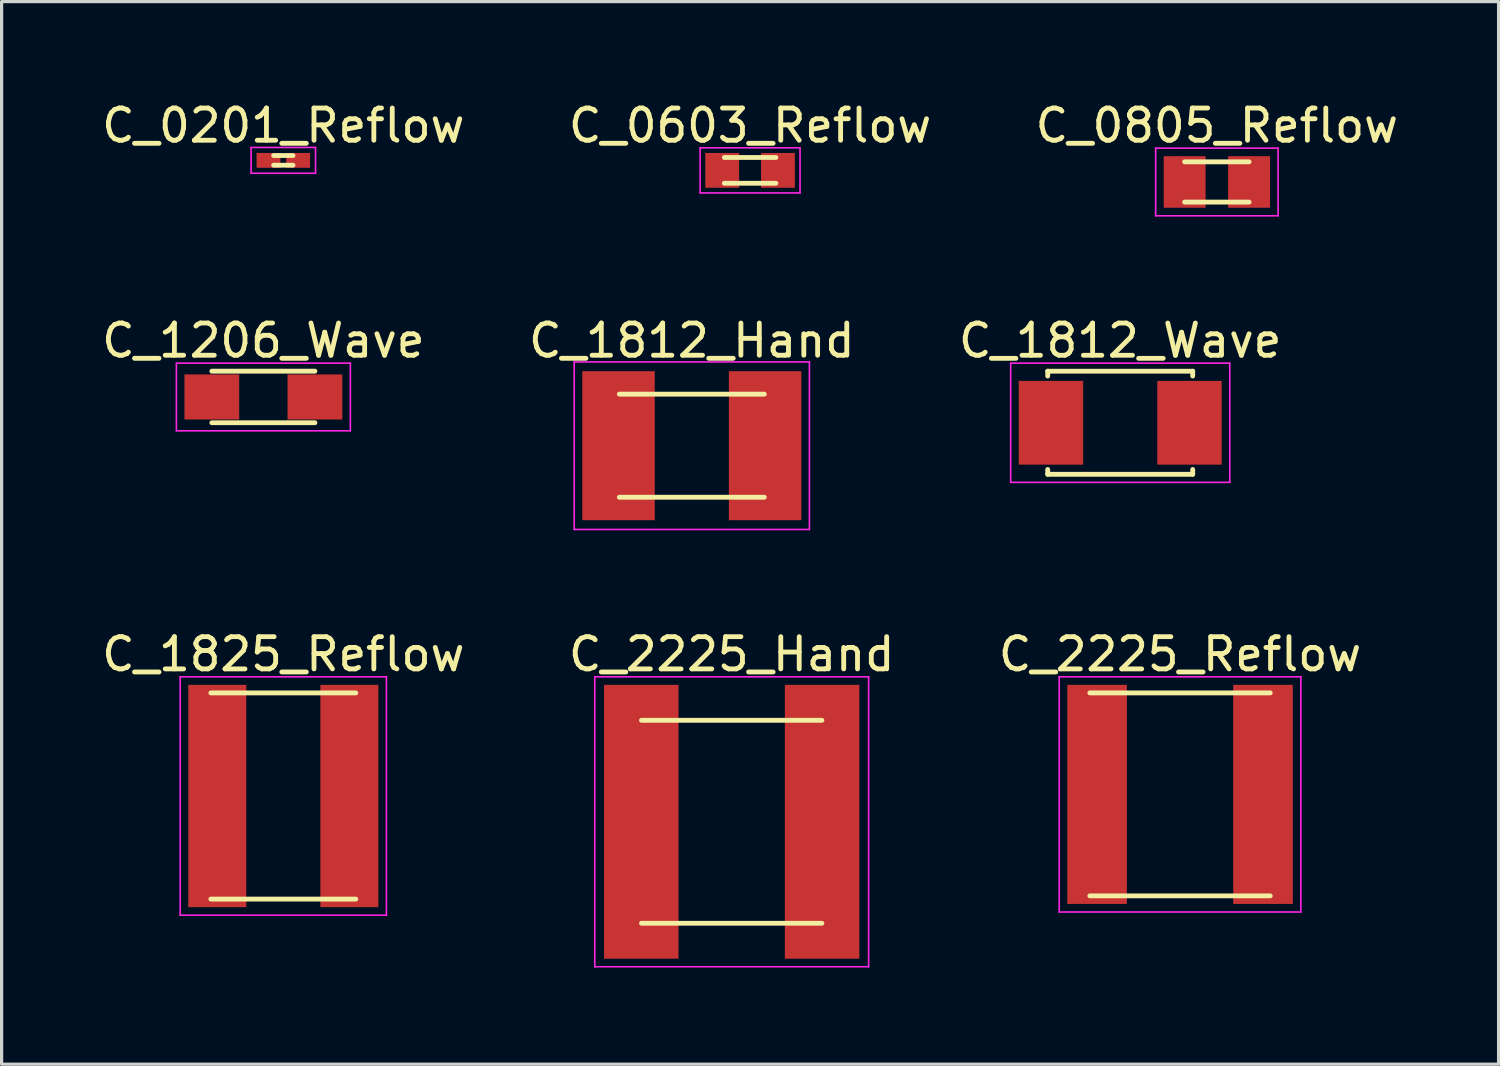
<source format=kicad_pcb>
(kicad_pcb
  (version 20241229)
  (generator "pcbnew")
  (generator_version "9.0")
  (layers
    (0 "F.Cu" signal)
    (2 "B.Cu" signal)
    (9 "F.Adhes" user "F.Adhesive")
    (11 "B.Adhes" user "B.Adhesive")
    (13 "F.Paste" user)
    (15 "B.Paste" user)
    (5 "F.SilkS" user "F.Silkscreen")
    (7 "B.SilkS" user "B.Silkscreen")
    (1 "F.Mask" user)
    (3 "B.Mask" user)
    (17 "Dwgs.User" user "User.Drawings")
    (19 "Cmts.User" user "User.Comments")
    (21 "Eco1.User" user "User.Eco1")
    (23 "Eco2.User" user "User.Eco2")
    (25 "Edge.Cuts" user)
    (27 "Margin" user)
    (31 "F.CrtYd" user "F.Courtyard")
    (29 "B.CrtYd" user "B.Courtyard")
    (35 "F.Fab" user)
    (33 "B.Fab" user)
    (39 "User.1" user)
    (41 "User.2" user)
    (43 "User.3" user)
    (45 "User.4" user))
  (footprint "C_2225_Reflow"
    (layer "F.Cu")
    (at 33.577 21.607)
    (property "Reference" "C_2225_Reflow" (at 0 -4.35 0) (layer "F.SilkS") (effects (font (size 1 1) (thickness 0.15))))
    (attr smd)
    (fp_line (start -2.8 -3.15) (end 2.8 -3.15) (stroke (width 0.15) (type solid)) (layer "F.SilkS"))
    (fp_line (start -2.8 3.15) (end 2.8 3.15) (stroke (width 0.15) (type solid)) (layer "F.SilkS"))
    (fp_line (start -3.75 -3.65) (end -3.75 3.65) (stroke (width 0.05) (type solid)) (layer "F.CrtYd"))
    (fp_line (start -3.75 -3.65) (end 3.75 -3.65) (stroke (width 0.05) (type solid)) (layer "F.CrtYd"))
    (fp_line (start -3.75 3.65) (end 3.75 3.65) (stroke (width 0.05) (type solid)) (layer "F.CrtYd"))
    (fp_line (start 3.75 -3.65) (end 3.75 3.65) (stroke (width 0.05) (type solid)) (layer "F.CrtYd"))
    (pad "1" smd rect (at -2.575 0) (size 1.85 6.8) (layers "F.Cu" "F.Mask" "F.Paste"))
    (pad "2" smd rect (at 2.575 0) (size 1.85 6.8) (layers "F.Cu" "F.Mask" "F.Paste")))
  (footprint "C_0201_Reflow"
    (layer "F.Cu")
    (at 5.744 1.928)
    (property "Reference" "C_0201_Reflow" (at 0 -1.08 0) (layer "F.SilkS") (effects (font (size 1 1) (thickness 0.15))))
    (attr smd)
    (fp_line (start -0.3 -0.15) (end 0.3 -0.15) (stroke (width 0.15) (type solid)) (layer "F.SilkS"))
    (fp_line (start -0.3 0.15) (end 0.3 0.15) (stroke (width 0.15) (type solid)) (layer "F.SilkS"))
    (fp_line (start -1 -0.4) (end -1 0.4) (stroke (width 0.05) (type solid)) (layer "F.CrtYd"))
    (fp_line (start -1 -0.4) (end 1 -0.4) (stroke (width 0.05) (type solid)) (layer "F.CrtYd"))
    (fp_line (start -1 0.4) (end 1 0.4) (stroke (width 0.05) (type solid)) (layer "F.CrtYd"))
    (fp_line (start 1 -0.4) (end 1 0.4) (stroke (width 0.05) (type solid)) (layer "F.CrtYd"))
    (pad "1" smd rect (at -0.46 0) (size 0.74 0.46) (layers "F.Cu" "F.Mask" "F.Paste"))
    (pad "2" smd rect (at 0.46 0) (size 0.74 0.46) (layers "F.Cu" "F.Mask" "F.Paste")))
  (footprint "C_0603_Reflow"
    (layer "F.Cu")
    (at 20.232 2.238)
    (property "Reference" "C_0603_Reflow" (at 0 -1.39 0) (layer "F.SilkS") (effects (font (size 1 1) (thickness 0.15))))
    (attr smd)
    (fp_line (start -0.8 -0.4) (end 0.8 -0.4) (stroke (width 0.15) (type solid)) (layer "F.SilkS"))
    (fp_line (start -0.8 0.4) (end 0.8 0.4) (stroke (width 0.15) (type solid)) (layer "F.SilkS"))
    (fp_line (start -1.55 -0.7) (end -1.55 0.7) (stroke (width 0.05) (type solid)) (layer "F.CrtYd"))
    (fp_line (start -1.55 -0.7) (end 1.55 -0.7) (stroke (width 0.05) (type solid)) (layer "F.CrtYd"))
    (fp_line (start -1.55 0.7) (end 1.55 0.7) (stroke (width 0.05) (type solid)) (layer "F.CrtYd"))
    (fp_line (start 1.55 -0.7) (end 1.55 0.7) (stroke (width 0.05) (type solid)) (layer "F.CrtYd"))
    (pad "1" smd rect (at -0.865 0) (size 1.05 1.08) (layers "F.Cu" "F.Mask" "F.Paste"))
    (pad "2" smd rect (at 0.865 0) (size 1.05 1.08) (layers "F.Cu" "F.Mask" "F.Paste")))
  (footprint "C_1206_Wave"
    (layer "F.Cu")
    (at 5.125 9.271)
    (property "Reference" "C_1206_Wave" (at 0 -1.75 0) (layer "F.SilkS") (effects (font (size 1 1) (thickness 0.15))))
    (attr smd)
    (fp_line (start -1.6 -0.8) (end 1.6 -0.8) (stroke (width 0.15) (type solid)) (layer "F.SilkS"))
    (fp_line (start -1.6 0.8) (end 1.6 0.8) (stroke (width 0.15) (type solid)) (layer "F.SilkS"))
    (fp_line (start -2.7 -1.05) (end -2.7 1.05) (stroke (width 0.05) (type solid)) (layer "F.CrtYd"))
    (fp_line (start -2.7 -1.05) (end 2.7 -1.05) (stroke (width 0.05) (type solid)) (layer "F.CrtYd"))
    (fp_line (start -2.7 1.05) (end 2.7 1.05) (stroke (width 0.05) (type solid)) (layer "F.CrtYd"))
    (fp_line (start 2.7 -1.05) (end 2.7 1.05) (stroke (width 0.05) (type solid)) (layer "F.CrtYd"))
    (pad "1" smd rect (at -1.6 0) (size 1.7 1.4) (layers "F.Cu" "F.Mask" "F.Paste"))
    (pad "2" smd rect (at 1.6 0) (size 1.7 1.4) (layers "F.Cu" "F.Mask" "F.Paste")))
  (footprint "C_0805_Reflow"
    (layer "F.Cu")
    (at 34.72 2.598)
    (property "Reference" "C_0805_Reflow" (at 0 -1.75 0) (layer "F.SilkS") (effects (font (size 1 1) (thickness 0.15))))
    (attr smd)
    (fp_line (start -1 -0.625) (end 1 -0.625) (stroke (width 0.15) (type solid)) (layer "F.SilkS"))
    (fp_line (start -1 0.625) (end 1 0.625) (stroke (width 0.15) (type solid)) (layer "F.SilkS"))
    (fp_line (start -1.9 -1.05) (end -1.9 1.05) (stroke (width 0.05) (type solid)) (layer "F.CrtYd"))
    (fp_line (start -1.9 -1.05) (end 1.9 -1.05) (stroke (width 0.05) (type solid)) (layer "F.CrtYd"))
    (fp_line (start -1.9 1.05) (end 1.9 1.05) (stroke (width 0.05) (type solid)) (layer "F.CrtYd"))
    (fp_line (start 1.9 -1.05) (end 1.9 1.05) (stroke (width 0.05) (type solid)) (layer "F.CrtYd"))
    (pad "1" smd rect (at -1 0) (size 1.3 1.6) (layers "F.Cu" "F.Mask" "F.Paste"))
    (pad "2" smd rect (at 1 0) (size 1.3 1.6) (layers "F.Cu" "F.Mask" "F.Paste")))
  (footprint "C_1825_Reflow"
    (layer "F.Cu")
    (at 5.744 21.657)
    (property "Reference" "C_1825_Reflow" (at 0 -4.4 0) (layer "F.SilkS") (effects (font (size 1 1) (thickness 0.15))))
    (attr smd)
    (fp_line (start -2.25 -3.2) (end 2.25 -3.2) (stroke (width 0.15) (type solid)) (layer "F.SilkS"))
    (fp_line (start -2.25 3.2) (end 2.25 3.2) (stroke (width 0.15) (type solid)) (layer "F.SilkS"))
    (fp_line (start -3.2 -3.7) (end -3.2 3.7) (stroke (width 0.05) (type solid)) (layer "F.CrtYd"))
    (fp_line (start -3.2 -3.7) (end 3.2 -3.7) (stroke (width 0.05) (type solid)) (layer "F.CrtYd"))
    (fp_line (start -3.2 3.7) (end 3.2 3.7) (stroke (width 0.05) (type solid)) (layer "F.CrtYd"))
    (fp_line (start 3.2 -3.7) (end 3.2 3.7) (stroke (width 0.05) (type solid)) (layer "F.CrtYd"))
    (pad "1" smd rect (at -2.05 0) (size 1.8 6.9) (layers "F.Cu" "F.Mask" "F.Paste"))
    (pad "2" smd rect (at 2.05 0) (size 1.8 6.9) (layers "F.Cu" "F.Mask" "F.Paste")))
  (footprint "C_2225_Hand"
    (layer "F.Cu")
    (at 19.661 22.457)
    (property "Reference" "C_2225_Hand" (at 0 -5.2 0) (layer "F.SilkS") (effects (font (size 1 1) (thickness 0.15))))
    (attr smd)
    (fp_line (start -2.8 -3.15) (end 2.8 -3.15) (stroke (width 0.15) (type solid)) (layer "F.SilkS"))
    (fp_line (start -2.8 3.15) (end 2.8 3.15) (stroke (width 0.15) (type solid)) (layer "F.SilkS"))
    (fp_line (start -4.25 -4.5) (end -4.25 4.5) (stroke (width 0.05) (type solid)) (layer "F.CrtYd"))
    (fp_line (start -4.25 -4.5) (end 4.25 -4.5) (stroke (width 0.05) (type solid)) (layer "F.CrtYd"))
    (fp_line (start -4.25 4.5) (end 4.25 4.5) (stroke (width 0.05) (type solid)) (layer "F.CrtYd"))
    (fp_line (start 4.25 -4.5) (end 4.25 4.5) (stroke (width 0.05) (type solid)) (layer "F.CrtYd"))
    (pad "1" smd rect (at -2.806 0) (size 2.312 8.5) (layers "F.Cu" "F.Mask" "F.Paste"))
    (pad "2" smd rect (at 2.806 0) (size 2.312 8.5) (layers "F.Cu" "F.Mask" "F.Paste")))
  (footprint "C_1812_Wave"
    (layer "F.Cu")
    (at 31.72 10.072)
    (property "Reference" "C_1812_Wave" (at 0 -2.55 0) (layer "F.SilkS") (effects (font (size 1 1) (thickness 0.15))))
    (attr smd)
    (fp_line (start -2.25 -1.6) (end -2.25 -1.45) (stroke (width 0.15) (type solid)) (layer "F.SilkS"))
    (fp_line (start -2.25 -1.6) (end 2.25 -1.6) (stroke (width 0.15) (type solid)) (layer "F.SilkS"))
    (fp_line (start -2.25 1.45) (end -2.25 1.6) (stroke (width 0.15) (type solid)) (layer "F.SilkS"))
    (fp_line (start -2.25 1.6) (end 2.25 1.6) (stroke (width 0.15) (type solid)) (layer "F.SilkS"))
    (fp_line (start 2.25 -1.6) (end 2.25 -1.45) (stroke (width 0.15) (type solid)) (layer "F.SilkS"))
    (fp_line (start 2.25 1.45) (end 2.25 1.6) (stroke (width 0.15) (type solid)) (layer "F.SilkS"))
    (fp_line (start -3.4 -1.85) (end -3.4 1.85) (stroke (width 0.05) (type solid)) (layer "F.CrtYd"))
    (fp_line (start -3.4 -1.85) (end 3.4 -1.85) (stroke (width 0.05) (type solid)) (layer "F.CrtYd"))
    (fp_line (start -3.4 1.85) (end 3.4 1.85) (stroke (width 0.05) (type solid)) (layer "F.CrtYd"))
    (fp_line (start 3.4 -1.85) (end 3.4 1.85) (stroke (width 0.05) (type solid)) (layer "F.CrtYd"))
    (pad "1" smd rect (at -2.15 0) (size 2 2.6) (layers "F.Cu" "F.Mask" "F.Paste"))
    (pad "2" smd rect (at 2.15 0) (size 2 2.6) (layers "F.Cu" "F.Mask" "F.Paste")))
  (footprint "C_1812_Hand"
    (layer "F.Cu")
    (at 18.423 10.784)
    (property "Reference" "C_1812_Hand" (at 0 -3.263 0) (layer "F.SilkS") (effects (font (size 1 1) (thickness 0.15))))
    (attr smd)
    (fp_line (start -2.25 -1.6) (end 2.25 -1.6) (stroke (width 0.15) (type solid)) (layer "F.SilkS"))
    (fp_line (start -2.25 1.6) (end 2.25 1.6) (stroke (width 0.15) (type solid)) (layer "F.SilkS"))
    (fp_line (start -3.65 -2.6) (end -3.65 2.6) (stroke (width 0.05) (type solid)) (layer "F.CrtYd"))
    (fp_line (start -3.65 -2.6) (end 3.65 -2.6) (stroke (width 0.05) (type solid)) (layer "F.CrtYd"))
    (fp_line (start -3.65 2.6) (end 3.65 2.6) (stroke (width 0.05) (type solid)) (layer "F.CrtYd"))
    (fp_line (start 3.65 -2.6) (end 3.65 2.6) (stroke (width 0.05) (type solid)) (layer "F.CrtYd"))
    (pad "1" smd rect (at -2.275 0) (size 2.25 4.625) (layers "F.Cu" "F.Mask" "F.Paste"))
    (pad "2" smd rect (at 2.275 0) (size 2.25 4.625) (layers "F.Cu" "F.Mask" "F.Paste")))
  (gr_rect
    (start -3 -3)
    (end 43.464 29.982)
    (stroke (width 0.1) (type default))
    (fill no)
    (layer "Edge.Cuts")))
</source>
